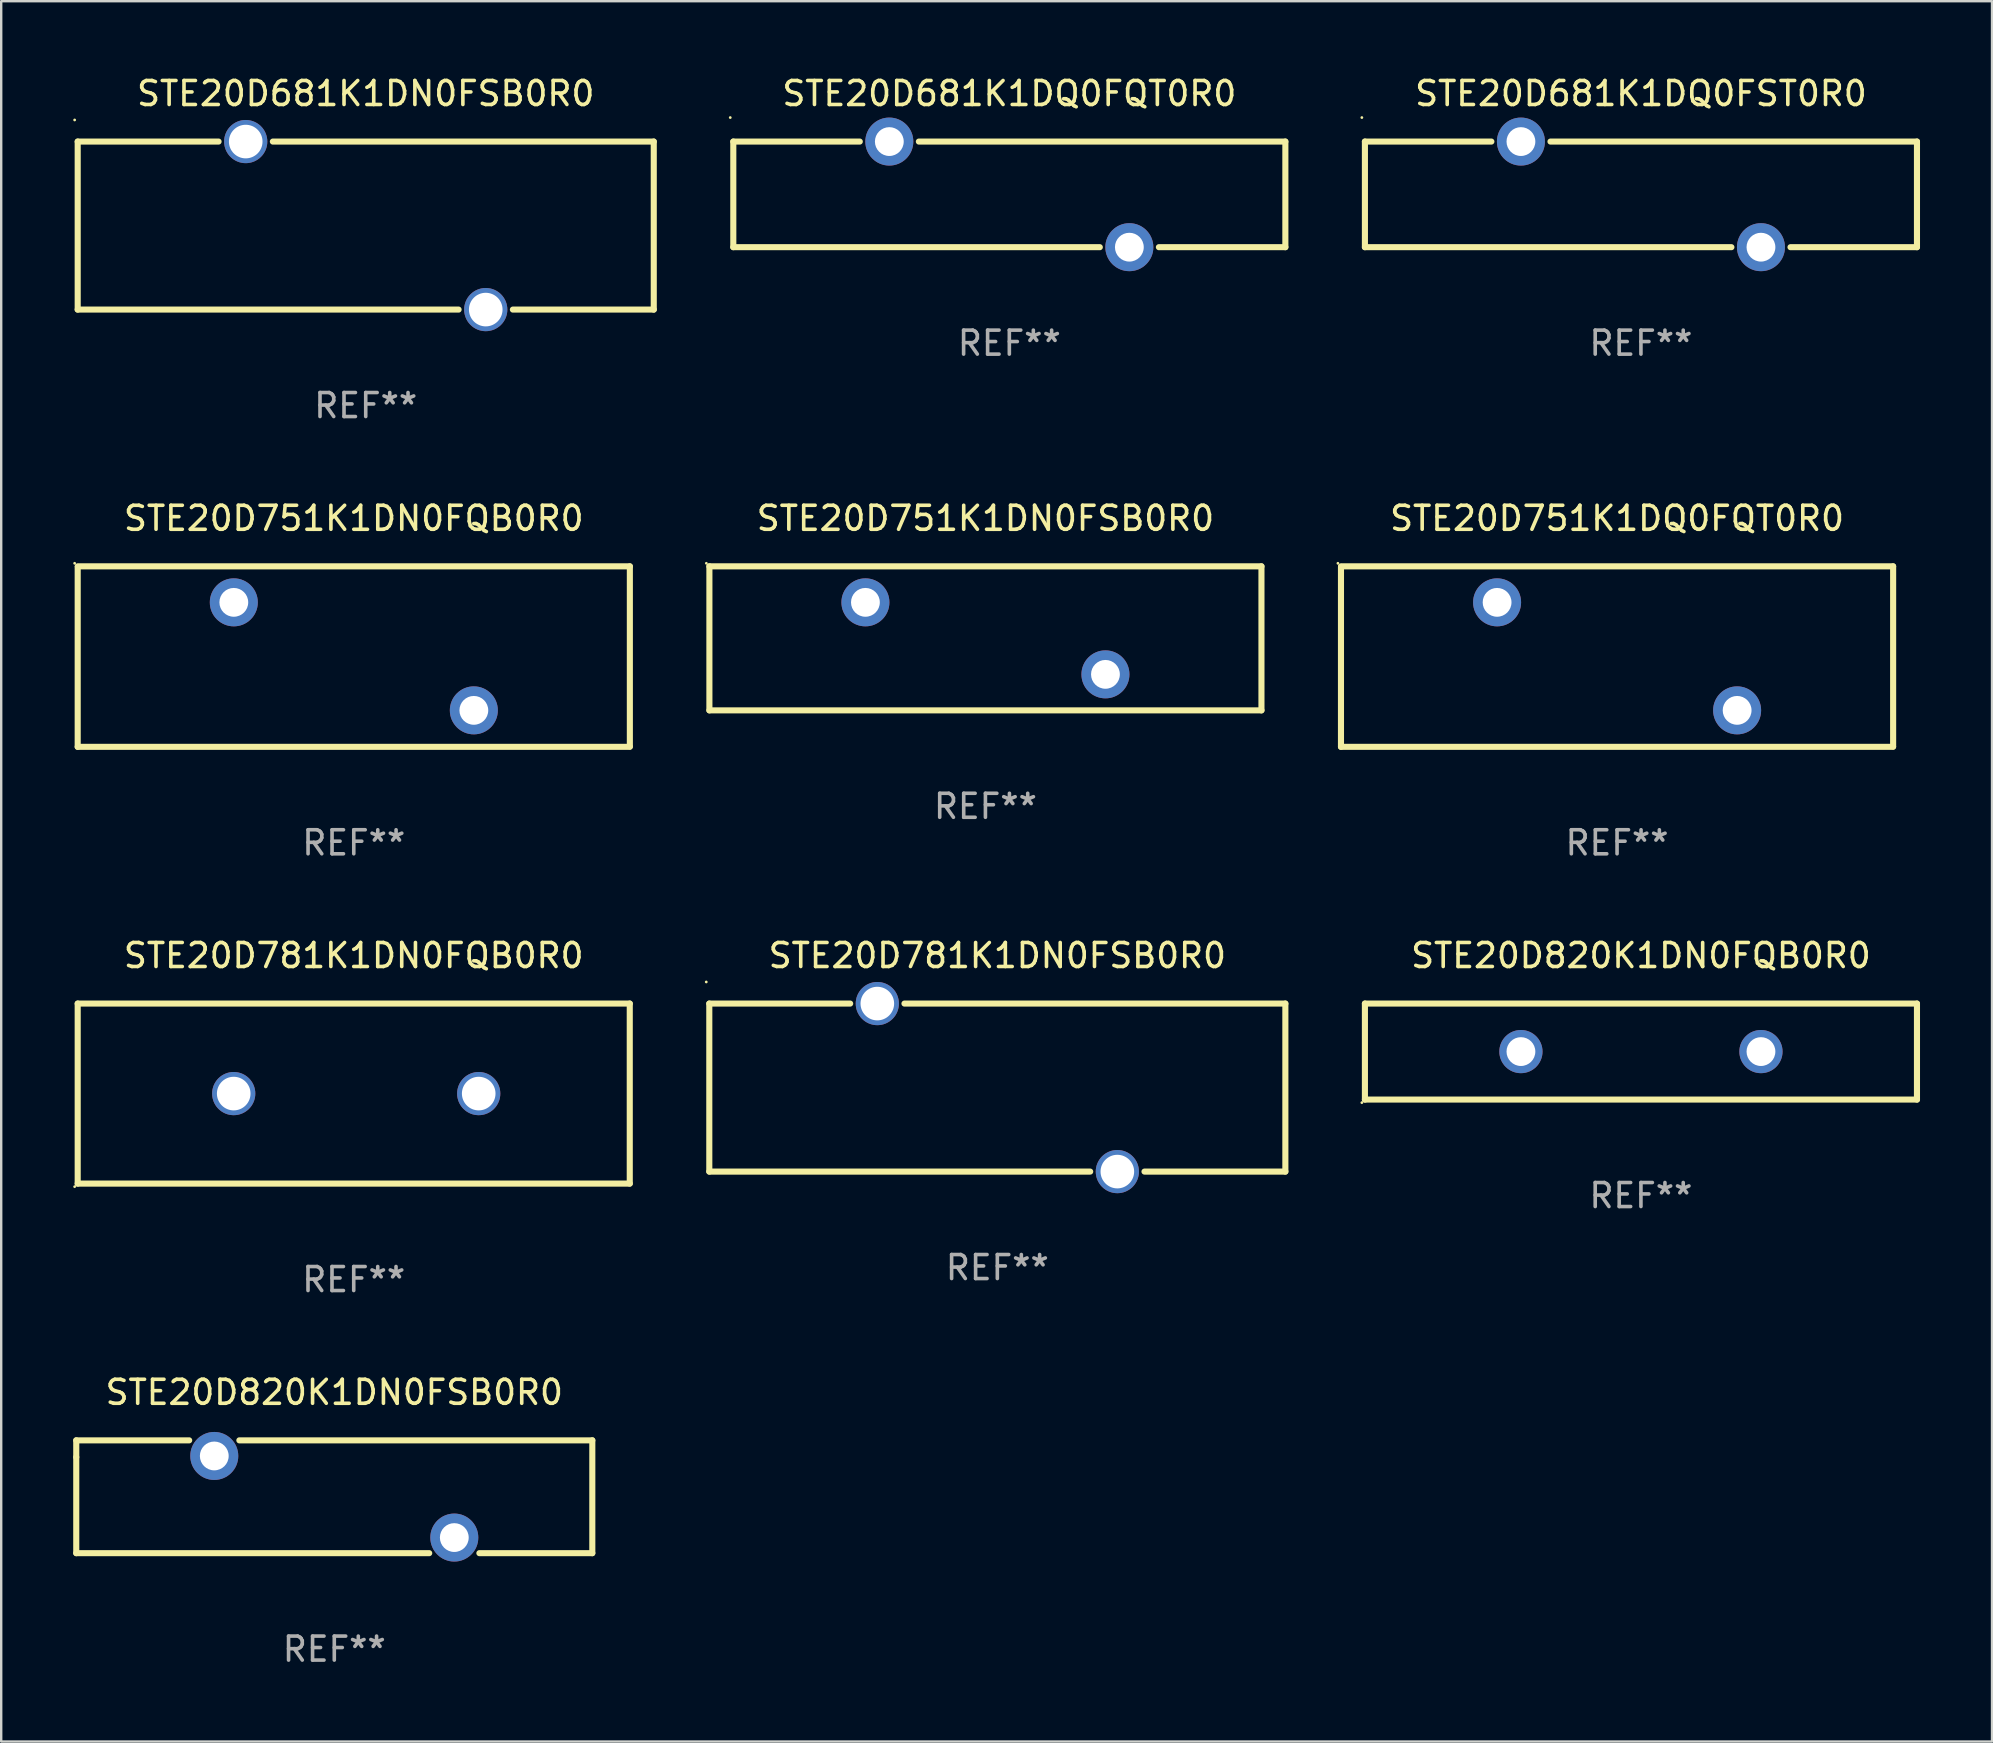
<source format=kicad_pcb>
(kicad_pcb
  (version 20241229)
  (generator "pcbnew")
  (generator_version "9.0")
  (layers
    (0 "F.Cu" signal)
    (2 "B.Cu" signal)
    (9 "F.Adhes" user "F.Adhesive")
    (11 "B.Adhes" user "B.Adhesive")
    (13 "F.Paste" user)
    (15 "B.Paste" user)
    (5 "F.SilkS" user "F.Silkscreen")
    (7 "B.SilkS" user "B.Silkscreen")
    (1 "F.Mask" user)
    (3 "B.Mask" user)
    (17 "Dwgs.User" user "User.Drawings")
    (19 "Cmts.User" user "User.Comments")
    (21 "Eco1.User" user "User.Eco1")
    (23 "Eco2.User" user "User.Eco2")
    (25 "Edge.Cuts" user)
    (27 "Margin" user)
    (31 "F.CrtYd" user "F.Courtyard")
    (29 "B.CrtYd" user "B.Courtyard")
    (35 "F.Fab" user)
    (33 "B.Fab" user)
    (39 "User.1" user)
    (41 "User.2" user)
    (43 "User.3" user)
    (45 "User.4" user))
  (footprint "STE20D781K1DN0FSB0R0"
    (layer "F.Cu")
    (at 38.501 42.261)
    (property "Reference" "STE20D781K1DN0FSB0R0" (at 0 -5.5 0) (layer "F.SilkS") (effects (font (size 1 1) (thickness 0.15))))
    (attr through_hole)
    (fp_line (start -12 -3.5) (end -6.131 -3.5) (stroke (width 0.254) (type solid)) (layer "F.SilkS"))
    (fp_line (start -12 3.5) (end -12 -3.5) (stroke (width 0.254) (type solid)) (layer "F.SilkS"))
    (fp_line (start -3.869 -3.5) (end 12 -3.5) (stroke (width 0.254) (type solid)) (layer "F.SilkS"))
    (fp_line (start 3.869 3.5) (end -12 3.5) (stroke (width 0.254) (type solid)) (layer "F.SilkS"))
    (fp_line (start 12 -3.5) (end 12 3.5) (stroke (width 0.254) (type solid)) (layer "F.SilkS"))
    (fp_line (start 12 3.5) (end 6.131 3.5) (stroke (width 0.254) (type solid)) (layer "F.SilkS"))
    (fp_circle (center -12.127 -4.4) (end -12.097 -4.4) (stroke (width 0.06) (type solid)) (fill no) (layer "F.SilkS"))
    (fp_text user "REF**" (at 0 7.5 0) (layer "F.Fab") (effects (font (size 1 1) (thickness 0.15))))
    (pad "1" thru_hole circle (at -5 -3.5) (size 1.8 1.8) (drill 1.4) (layers "*.Cu" "*.Mask"))
    (pad "2" thru_hole circle (at 5 3.5) (size 1.8 1.8) (drill 1.4) (layers "*.Cu" "*.Mask")))
  (footprint "STE20D781K1DN0FQB0R0"
    (layer "F.Cu")
    (at 11.687 42.511)
    (property "Reference" "STE20D781K1DN0FQB0R0" (at 0 -5.75 0) (layer "F.SilkS") (effects (font (size 1 1) (thickness 0.15))))
    (attr through_hole)
    (fp_line (start -11.5 -3.75) (end 11.5 -3.75) (stroke (width 0.254) (type solid)) (layer "F.SilkS"))
    (fp_line (start -11.5 3.75) (end -11.5 -3.75) (stroke (width 0.254) (type solid)) (layer "F.SilkS"))
    (fp_line (start 11.5 -3.75) (end 11.5 3.75) (stroke (width 0.254) (type solid)) (layer "F.SilkS"))
    (fp_line (start 11.5 3.75) (end -11.5 3.75) (stroke (width 0.254) (type solid)) (layer "F.SilkS"))
    (fp_circle (center -11.627 3.877) (end -11.597 3.877) (stroke (width 0.06) (type solid)) (fill no) (layer "F.SilkS"))
    (fp_text user "REF**" (at 0 7.75 0) (layer "F.Fab") (effects (font (size 1 1) (thickness 0.15))))
    (pad "1" thru_hole circle (at -5 0) (size 1.8 1.8) (drill 1.4) (layers "*.Cu" "*.Mask"))
    (pad "2" thru_hole circle (at 5.207 0) (size 1.8 1.8) (drill 1.4) (layers "*.Cu" "*.Mask")))
  (footprint "STE20D820K1DN0FQB0R0"
    (layer "F.Cu")
    (at 65.315 40.761)
    (property "Reference" "STE20D820K1DN0FQB0R0" (at 0 -4 0) (layer "F.SilkS") (effects (font (size 1 1) (thickness 0.15))))
    (attr through_hole)
    (fp_line (start -11.5 -2) (end 11.5 -2) (stroke (width 0.254) (type solid)) (layer "F.SilkS"))
    (fp_line (start -11.5 2) (end -11.5 -2) (stroke (width 0.254) (type solid)) (layer "F.SilkS"))
    (fp_line (start 11.5 -2) (end 11.5 2) (stroke (width 0.254) (type solid)) (layer "F.SilkS"))
    (fp_line (start 11.5 2) (end -11.5 2) (stroke (width 0.254) (type solid)) (layer "F.SilkS"))
    (fp_circle (center -11.627 2.127) (end -11.597 2.127) (stroke (width 0.06) (type solid)) (fill no) (layer "F.SilkS"))
    (fp_text user "REF**" (at 0 6 0) (layer "F.Fab") (effects (font (size 1 1) (thickness 0.15))))
    (pad "1" thru_hole circle (at -5 0) (size 1.8 1.8) (drill 1.2) (layers "*.Cu" "*.Mask"))
    (pad "2" thru_hole circle (at 5 0) (size 1.8 1.8) (drill 1.2) (layers "*.Cu" "*.Mask")))
  (footprint "STE20D681K1DN0FSB0R0"
    (layer "F.Cu")
    (at 12.187 6.348)
    (property "Reference" "STE20D681K1DN0FSB0R0" (at 0 -5.5 0) (layer "F.SilkS") (effects (font (size 1 1) (thickness 0.15))))
    (attr through_hole)
    (fp_line (start -12 -3.5) (end -6.131 -3.5) (stroke (width 0.254) (type solid)) (layer "F.SilkS"))
    (fp_line (start -12 3.5) (end -12 -3.5) (stroke (width 0.254) (type solid)) (layer "F.SilkS"))
    (fp_line (start -3.869 -3.5) (end 12 -3.5) (stroke (width 0.254) (type solid)) (layer "F.SilkS"))
    (fp_line (start 3.869 3.5) (end -12 3.5) (stroke (width 0.254) (type solid)) (layer "F.SilkS"))
    (fp_line (start 12 -3.5) (end 12 3.5) (stroke (width 0.254) (type solid)) (layer "F.SilkS"))
    (fp_line (start 12 3.5) (end 6.131 3.5) (stroke (width 0.254) (type solid)) (layer "F.SilkS"))
    (fp_circle (center -12.127 -4.4) (end -12.097 -4.4) (stroke (width 0.06) (type solid)) (fill no) (layer "F.SilkS"))
    (fp_text user "REF**" (at 0 7.5 0) (layer "F.Fab") (effects (font (size 1 1) (thickness 0.15))))
    (pad "1" thru_hole circle (at -5 -3.5) (size 1.8 1.8) (drill 1.4) (layers "*.Cu" "*.Mask"))
    (pad "2" thru_hole circle (at 5 3.5) (size 1.8 1.8) (drill 1.4) (layers "*.Cu" "*.Mask")))
  (footprint "STE20D751K1DN0FSB0R0"
    (layer "F.Cu")
    (at 38.005 23.545)
    (property "Reference" "STE20D751K1DN0FSB0R0" (at 0 -5 0) (layer "F.SilkS") (effects (font (size 1 1) (thickness 0.15))))
    (attr through_hole)
    (fp_line (start -11.5 -3) (end 11.5 -3) (stroke (width 0.254) (type solid)) (layer "F.SilkS"))
    (fp_line (start -11.5 3) (end -11.5 -3) (stroke (width 0.254) (type solid)) (layer "F.SilkS"))
    (fp_line (start 11.5 -3) (end 11.5 3) (stroke (width 0.254) (type solid)) (layer "F.SilkS"))
    (fp_line (start 11.5 3) (end -11.5 3) (stroke (width 0.254) (type solid)) (layer "F.SilkS"))
    (fp_circle (center -11.627 -3.127) (end -11.597 -3.127) (stroke (width 0.06) (type solid)) (fill no) (layer "F.SilkS"))
    (fp_text user "REF**" (at 0 7 0) (layer "F.Fab") (effects (font (size 1 1) (thickness 0.15))))
    (pad "1" thru_hole circle (at -5 -1.5) (size 2 2) (drill 1.2) (layers "*.Cu" "*.Mask"))
    (pad "2" thru_hole circle (at 5 1.5) (size 2 2) (drill 1.2) (layers "*.Cu" "*.Mask")))
  (footprint "STE20D820K1DN0FSB0R0"
    (layer "F.Cu")
    (at 10.877 59.308)
    (property "Reference" "STE20D820K1DN0FSB0R0" (at 0 -4.35 0) (layer "F.SilkS") (effects (font (size 1 1) (thickness 0.15))))
    (attr through_hole)
    (fp_line (start -10.75 -2.35) (end -10.75 -1.65) (stroke (width 0.254) (type solid)) (layer "F.SilkS"))
    (fp_line (start -10.75 -1.65) (end -10.75 2.35) (stroke (width 0.254) (type solid)) (layer "F.SilkS"))
    (fp_line (start -10.75 2.35) (end 3.955 2.35) (stroke (width 0.254) (type solid)) (layer "F.SilkS"))
    (fp_line (start -6.045 -2.35) (end -10.75 -2.35) (stroke (width 0.254) (type solid)) (layer "F.SilkS"))
    (fp_line (start 6.045 2.35) (end 10.75 2.35) (stroke (width 0.254) (type solid)) (layer "F.SilkS"))
    (fp_line (start 10.75 -2.35) (end -3.955 -2.35) (stroke (width 0.254) (type solid)) (layer "F.SilkS"))
    (fp_line (start 10.75 2.35) (end 10.75 -2.35) (stroke (width 0.254) (type solid)) (layer "F.SilkS"))
    (fp_circle (center -10.75 -2.35) (end -10.72 -2.35) (stroke (width 0.06) (type solid)) (fill no) (layer "F.SilkS"))
    (fp_text user "REF**" (at 0 6.35 0) (layer "F.Fab") (effects (font (size 1 1) (thickness 0.15))))
    (pad "1" thru_hole circle (at -5 -1.7) (size 2 2) (drill 1.2) (layers "*.Cu" "*.Mask"))
    (pad "2" thru_hole circle (at 5 1.7) (size 2 2) (drill 1.2) (layers "*.Cu" "*.Mask")))
  (footprint "STE20D681K1DQ0FST0R0"
    (layer "F.Cu")
    (at 65.315 5.048)
    (property "Reference" "STE20D681K1DQ0FST0R0" (at 0 -4.2 0) (layer "F.SilkS") (effects (font (size 1 1) (thickness 0.15))))
    (attr through_hole)
    (fp_line (start -11.5 -2.2) (end -11.5 2.2) (stroke (width 0.254) (type solid)) (layer "F.SilkS"))
    (fp_line (start -11.5 -2.2) (end -6.231 -2.2) (stroke (width 0.254) (type solid)) (layer "F.SilkS"))
    (fp_line (start -11.5 2.2) (end 3.769 2.2) (stroke (width 0.254) (type solid)) (layer "F.SilkS"))
    (fp_line (start -3.769 -2.2) (end 11.5 -2.2) (stroke (width 0.254) (type solid)) (layer "F.SilkS"))
    (fp_line (start 6.231 2.2) (end 11.5 2.2) (stroke (width 0.254) (type solid)) (layer "F.SilkS"))
    (fp_line (start 11.5 -2.2) (end 11.5 2.2) (stroke (width 0.254) (type solid)) (layer "F.SilkS"))
    (fp_circle (center -11.627 -3.2) (end -11.597 -3.2) (stroke (width 0.06) (type solid)) (fill no) (layer "F.SilkS"))
    (fp_text user "REF**" (at 0 6.2 0) (layer "F.Fab") (effects (font (size 1 1) (thickness 0.15))))
    (pad "1" thru_hole circle (at -5 -2.2) (size 2 2) (drill 1.2) (layers "*.Cu" "*.Mask"))
    (pad "2" thru_hole circle (at 5 2.2) (size 2 2) (drill 1.2) (layers "*.Cu" "*.Mask")))
  (footprint "STE20D681K1DQ0FQT0R0"
    (layer "F.Cu")
    (at 39.001 5.048)
    (property "Reference" "STE20D681K1DQ0FQT0R0" (at 0 -4.2 0) (layer "F.SilkS") (effects (font (size 1 1) (thickness 0.15))))
    (attr through_hole)
    (fp_line (start -11.5 -2.2) (end -11.5 2.2) (stroke (width 0.254) (type solid)) (layer "F.SilkS"))
    (fp_line (start -11.5 -2.2) (end -6.231 -2.2) (stroke (width 0.254) (type solid)) (layer "F.SilkS"))
    (fp_line (start -11.5 2.2) (end 3.769 2.2) (stroke (width 0.254) (type solid)) (layer "F.SilkS"))
    (fp_line (start -3.769 -2.2) (end 11.5 -2.2) (stroke (width 0.254) (type solid)) (layer "F.SilkS"))
    (fp_line (start 6.231 2.2) (end 11.5 2.2) (stroke (width 0.254) (type solid)) (layer "F.SilkS"))
    (fp_line (start 11.5 -2.2) (end 11.5 2.2) (stroke (width 0.254) (type solid)) (layer "F.SilkS"))
    (fp_circle (center -11.627 -3.2) (end -11.597 -3.2) (stroke (width 0.06) (type solid)) (fill no) (layer "F.SilkS"))
    (fp_text user "REF**" (at 0 6.2 0) (layer "F.Fab") (effects (font (size 1 1) (thickness 0.15))))
    (pad "1" thru_hole circle (at -5 -2.2) (size 2 2) (drill 1.2) (layers "*.Cu" "*.Mask"))
    (pad "2" thru_hole circle (at 5 2.2) (size 2 2) (drill 1.2) (layers "*.Cu" "*.Mask")))
  (footprint "STE20D751K1DN0FQB0R0"
    (layer "F.Cu")
    (at 11.689 24.305)
    (property "Reference" "STE20D751K1DN0FQB0R0" (at 0 -5.76 0) (layer "F.SilkS") (effects (font (size 1 1) (thickness 0.15))))
    (attr through_hole)
    (fp_line (start -11.502 3.76) (end -11.502 -3.738) (stroke (width 0.254) (type solid)) (layer "F.SilkS"))
    (fp_line (start -11.498 -3.76) (end 11.502 -3.76) (stroke (width 0.254) (type solid)) (layer "F.SilkS"))
    (fp_line (start 11.501 3.76) (end -11.502 3.76) (stroke (width 0.254) (type solid)) (layer "F.SilkS"))
    (fp_line (start 11.502 -3.76) (end 11.502 3.74) (stroke (width 0.254) (type solid)) (layer "F.SilkS"))
    (fp_circle (center -11.629 -3.887) (end -11.599 -3.887) (stroke (width 0.06) (type solid)) (fill no) (layer "F.SilkS"))
    (fp_text user "REF**" (at 0 7.76 0) (layer "F.Fab") (effects (font (size 1 1) (thickness 0.15))))
    (pad "1" thru_hole circle (at -4.998 -2.26) (size 2 2) (drill 1.2) (layers "*.Cu" "*.Mask"))
    (pad "2" thru_hole circle (at 5.002 2.24) (size 2 2) (drill 1.2) (layers "*.Cu" "*.Mask")))
  (footprint "STE20D751K1DQ0FQT0R0"
    (layer "F.Cu")
    (at 64.32 24.305)
    (property "Reference" "STE20D751K1DQ0FQT0R0" (at 0 -5.76 0) (layer "F.SilkS") (effects (font (size 1 1) (thickness 0.15))))
    (attr through_hole)
    (fp_line (start -11.502 3.76) (end -11.502 -3.738) (stroke (width 0.254) (type solid)) (layer "F.SilkS"))
    (fp_line (start -11.498 -3.76) (end 11.502 -3.76) (stroke (width 0.254) (type solid)) (layer "F.SilkS"))
    (fp_line (start 11.501 3.76) (end -11.502 3.76) (stroke (width 0.254) (type solid)) (layer "F.SilkS"))
    (fp_line (start 11.502 -3.76) (end 11.502 3.74) (stroke (width 0.254) (type solid)) (layer "F.SilkS"))
    (fp_circle (center -11.629 -3.887) (end -11.599 -3.887) (stroke (width 0.06) (type solid)) (fill no) (layer "F.SilkS"))
    (fp_text user "REF**" (at 0 7.76 0) (layer "F.Fab") (effects (font (size 1 1) (thickness 0.15))))
    (pad "1" thru_hole circle (at -4.998 -2.26) (size 2 2) (drill 1.2) (layers "*.Cu" "*.Mask"))
    (pad "2" thru_hole circle (at 5.002 2.24) (size 2 2) (drill 1.2) (layers "*.Cu" "*.Mask")))
  (gr_rect
    (start -3 -3)
    (end 79.942 69.506)
    (stroke (width 0.1) (type default))
    (fill no)
    (layer "Edge.Cuts")))
</source>
